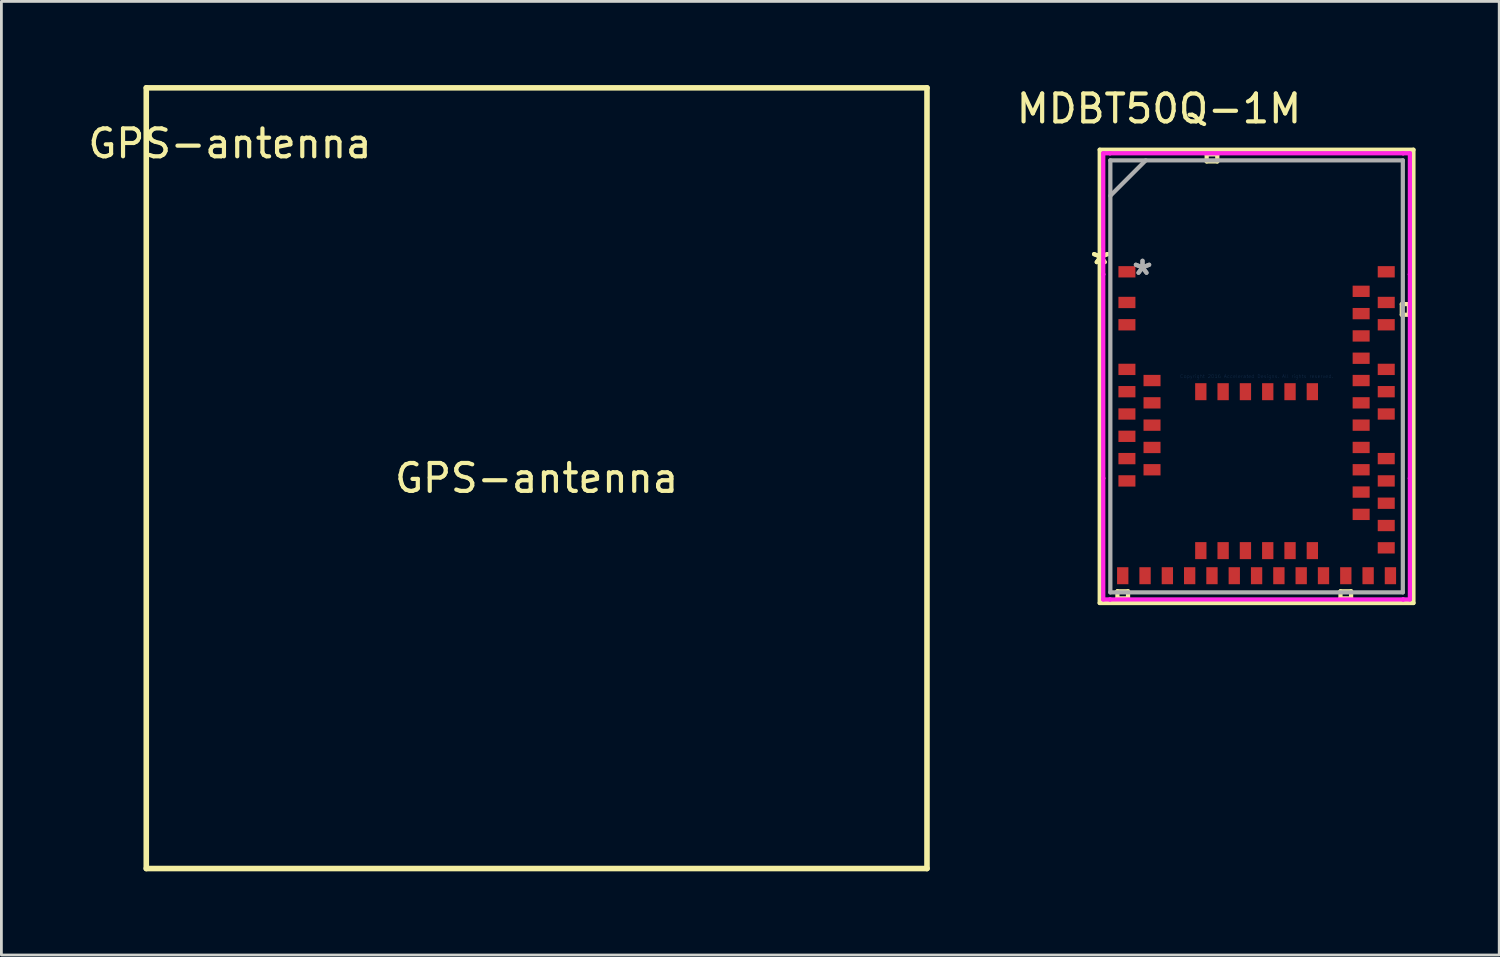
<source format=kicad_pcb>
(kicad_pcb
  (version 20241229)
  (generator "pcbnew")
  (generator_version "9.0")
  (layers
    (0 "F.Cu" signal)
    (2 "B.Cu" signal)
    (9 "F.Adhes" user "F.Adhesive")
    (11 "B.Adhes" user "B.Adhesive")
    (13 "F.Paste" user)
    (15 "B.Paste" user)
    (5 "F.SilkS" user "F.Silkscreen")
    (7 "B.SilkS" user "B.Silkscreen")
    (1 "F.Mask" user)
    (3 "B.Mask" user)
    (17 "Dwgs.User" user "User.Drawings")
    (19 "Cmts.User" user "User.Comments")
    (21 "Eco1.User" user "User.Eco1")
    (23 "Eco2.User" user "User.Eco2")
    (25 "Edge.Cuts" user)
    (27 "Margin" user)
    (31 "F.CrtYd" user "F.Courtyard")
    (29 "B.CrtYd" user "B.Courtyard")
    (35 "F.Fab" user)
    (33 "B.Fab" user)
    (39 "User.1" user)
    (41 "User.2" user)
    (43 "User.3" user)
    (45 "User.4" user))
  (footprint "GPS-antenna"
    (layer "F.Cu")
    (at 16.196 15.1)
    (property "Reference" "GPS-antenna" (at -11 -13 0) (layer "F.SilkS") (effects (font (size 1 1) (thickness 0.15))))
    (attr through_hole)
    (fp_line (start -14 -15) (end 14 -15) (stroke (width 0.2) (type solid)) (layer "F.SilkS"))
    (fp_line (start -14 13) (end -14 -15) (stroke (width 0.2) (type solid)) (layer "F.SilkS"))
    (fp_line (start 14 -15) (end 14 13) (stroke (width 0.2) (type solid)) (layer "F.SilkS"))
    (fp_line (start 14 13) (end -14 13) (stroke (width 0.2) (type solid)) (layer "F.SilkS"))
    (fp_text user "GPS-antenna" (at 0 -1 0) (layer "F.SilkS") (effects (font (size 1 1) (thickness 0.15)))))
  (footprint "MDBT50Q-1M"
    (layer "F.Cu")
    (at 42.017 10.448)
    (property "Reference" "MDBT50Q-1M" (at -3.5 -9.6 0) (layer "F.SilkS") (effects (font (size 1 1) (thickness 0.15))))
    (attr through_hole)
    (fp_line (start -5.626 -8.128) (end -5.626 8.128) (stroke (width 0.152) (type solid)) (layer "F.SilkS"))
    (fp_line (start -5.626 8.128) (end 5.626 8.128) (stroke (width 0.152) (type solid)) (layer "F.SilkS"))
    (fp_line (start -4.991 7.709) (end -4.991 7.963) (stroke (width 0.152) (type solid)) (layer "F.SilkS"))
    (fp_line (start -4.991 7.963) (end -4.61 7.963) (stroke (width 0.152) (type solid)) (layer "F.SilkS"))
    (fp_line (start -4.61 7.709) (end -4.991 7.709) (stroke (width 0.152) (type solid)) (layer "F.SilkS"))
    (fp_line (start -4.61 7.963) (end -4.61 7.709) (stroke (width 0.152) (type solid)) (layer "F.SilkS"))
    (fp_line (start -1.79 -7.963) (end -1.409 -7.963) (stroke (width 0.152) (type solid)) (layer "F.SilkS"))
    (fp_line (start -1.79 -7.709) (end -1.79 -7.963) (stroke (width 0.152) (type solid)) (layer "F.SilkS"))
    (fp_line (start -1.409 -7.963) (end -1.409 -7.709) (stroke (width 0.152) (type solid)) (layer "F.SilkS"))
    (fp_line (start -1.409 -7.709) (end -1.79 -7.709) (stroke (width 0.152) (type solid)) (layer "F.SilkS"))
    (fp_line (start 3.009 7.709) (end 3.009 7.963) (stroke (width 0.152) (type solid)) (layer "F.SilkS"))
    (fp_line (start 3.009 7.963) (end 3.39 7.963) (stroke (width 0.152) (type solid)) (layer "F.SilkS"))
    (fp_line (start 3.39 7.709) (end 3.009 7.709) (stroke (width 0.152) (type solid)) (layer "F.SilkS"))
    (fp_line (start 3.39 7.963) (end 3.39 7.709) (stroke (width 0.152) (type solid)) (layer "F.SilkS"))
    (fp_line (start 5.209 -2.591) (end 5.463 -2.591) (stroke (width 0.152) (type solid)) (layer "F.SilkS"))
    (fp_line (start 5.209 -2.209) (end 5.209 -2.591) (stroke (width 0.152) (type solid)) (layer "F.SilkS"))
    (fp_line (start 5.463 -2.591) (end 5.463 -2.209) (stroke (width 0.152) (type solid)) (layer "F.SilkS"))
    (fp_line (start 5.463 -2.209) (end 5.209 -2.209) (stroke (width 0.152) (type solid)) (layer "F.SilkS"))
    (fp_line (start 5.626 -8.128) (end -5.626 -8.128) (stroke (width 0.152) (type solid)) (layer "F.SilkS"))
    (fp_line (start 5.626 8.128) (end 5.626 -8.128) (stroke (width 0.152) (type solid)) (layer "F.SilkS"))
    (fp_line (start -5.245 -7.747) (end -5.245 -3.947) (stroke (width 0.12) (type solid)) (layer "Eco1.User"))
    (fp_line (start -5.245 -3.947) (end -2.345 -3.947) (stroke (width 0.12) (type solid)) (layer "Eco1.User"))
    (fp_line (start -2.345 -3.947) (end -2.345 -2.747) (stroke (width 0.12) (type solid)) (layer "Eco1.User"))
    (fp_line (start -2.345 -2.747) (end -0.745 -2.747) (stroke (width 0.12) (type solid)) (layer "Eco1.User"))
    (fp_line (start -0.745 -3.947) (end 5.255 -3.947) (stroke (width 0.12) (type solid)) (layer "Eco1.User"))
    (fp_line (start -0.745 -2.747) (end -0.745 -3.947) (stroke (width 0.12) (type solid)) (layer "Eco1.User"))
    (fp_line (start 5.255 -7.747) (end -5.245 -7.747) (stroke (width 0.12) (type solid)) (layer "Eco1.User"))
    (fp_line (start 5.255 -3.947) (end 5.255 -7.747) (stroke (width 0.12) (type solid)) (layer "Eco1.User"))
    (fp_line (start -5.499 -8.001) (end -5.257 -8.001) (stroke (width 0.152) (type solid)) (layer "F.CrtYd"))
    (fp_line (start -5.499 -3.657) (end -5.499 -8.001) (stroke (width 0.152) (type solid)) (layer "F.CrtYd"))
    (fp_line (start -5.499 -3.657) (end -5.499 -3.657) (stroke (width 0.152) (type solid)) (layer "F.CrtYd"))
    (fp_line (start -5.499 3.657) (end -5.499 -3.657) (stroke (width 0.152) (type solid)) (layer "F.CrtYd"))
    (fp_line (start -5.499 3.657) (end -5.499 3.657) (stroke (width 0.152) (type solid)) (layer "F.CrtYd"))
    (fp_line (start -5.499 8.001) (end -5.499 3.657) (stroke (width 0.152) (type solid)) (layer "F.CrtYd"))
    (fp_line (start -5.257 -8.001) (end -5.257 -8.001) (stroke (width 0.152) (type solid)) (layer "F.CrtYd"))
    (fp_line (start -5.257 -8.001) (end 5.257 -8.001) (stroke (width 0.152) (type solid)) (layer "F.CrtYd"))
    (fp_line (start -5.257 8.001) (end -5.499 8.001) (stroke (width 0.152) (type solid)) (layer "F.CrtYd"))
    (fp_line (start -5.257 8.001) (end -5.257 8.001) (stroke (width 0.152) (type solid)) (layer "F.CrtYd"))
    (fp_line (start 5.257 -8.001) (end 5.257 -8.001) (stroke (width 0.152) (type solid)) (layer "F.CrtYd"))
    (fp_line (start 5.257 -8.001) (end 5.499 -8.001) (stroke (width 0.152) (type solid)) (layer "F.CrtYd"))
    (fp_line (start 5.257 8.001) (end -5.257 8.001) (stroke (width 0.152) (type solid)) (layer "F.CrtYd"))
    (fp_line (start 5.257 8.001) (end 5.257 8.001) (stroke (width 0.152) (type solid)) (layer "F.CrtYd"))
    (fp_line (start 5.499 -8.001) (end 5.499 -3.657) (stroke (width 0.152) (type solid)) (layer "F.CrtYd"))
    (fp_line (start 5.499 -3.657) (end 5.499 -3.657) (stroke (width 0.152) (type solid)) (layer "F.CrtYd"))
    (fp_line (start 5.499 -3.657) (end 5.499 3.657) (stroke (width 0.152) (type solid)) (layer "F.CrtYd"))
    (fp_line (start 5.499 3.657) (end 5.499 3.657) (stroke (width 0.152) (type solid)) (layer "F.CrtYd"))
    (fp_line (start 5.499 3.657) (end 5.499 8.001) (stroke (width 0.152) (type solid)) (layer "F.CrtYd"))
    (fp_line (start 5.499 8.001) (end 5.257 8.001) (stroke (width 0.152) (type solid)) (layer "F.CrtYd"))
    (fp_line (start -5.245 -7.747) (end -5.245 7.747) (stroke (width 0.152) (type solid)) (layer "F.Fab"))
    (fp_line (start -5.245 -6.477) (end -3.975 -7.747) (stroke (width 0.152) (type solid)) (layer "F.Fab"))
    (fp_line (start -5.245 7.747) (end 5.245 7.747) (stroke (width 0.152) (type solid)) (layer "F.Fab"))
    (fp_line (start 5.245 -7.747) (end -5.245 -7.747) (stroke (width 0.152) (type solid)) (layer "F.Fab"))
    (fp_line (start 5.245 7.747) (end 5.245 -7.747) (stroke (width 0.152) (type solid)) (layer "F.Fab"))
    (fp_text user "*" (at -5.59 -3.981 0) (layer "F.SilkS") (effects (font (size 1 1) (thickness 0.15))))
    (fp_text user "*" (at -5.59 -3.981 0) (layer "F.SilkS") (effects (font (size 1 1) (thickness 0.15))))
    (fp_text user "Copyright 2016 Accelerated Designs. All rights reserved." (at 0 0 0) (layer "Cmts.User") (effects (font (size 0.127 0.127) (thickness 0.002))))
    (fp_text user "NO GND" (at 0.155 -5.647 0) (layer "Eco1.User") (effects (font (size 1 1) (thickness 0.15))))
    (fp_text user "*" (at -4.091 -3.6 0) (layer "F.Fab") (effects (font (size 1 1) (thickness 0.15))))
    (fp_text user "*" (at -4.091 -3.6 0) (layer "F.Fab") (effects (font (size 1 1) (thickness 0.15))))
    (pad "1" smd rect (at -4.65 -3.75 90) (size 0.406 0.61) (layers "F.Cu" "F.Mask" "F.Paste"))
    (pad "2" smd rect (at -4.65 -2.65 90) (size 0.406 0.61) (layers "F.Cu" "F.Mask" "F.Paste"))
    (pad "3" smd rect (at -4.65 -1.85 90) (size 0.406 0.61) (layers "F.Cu" "F.Mask" "F.Paste"))
    (pad "4" smd rect (at -4.65 -0.25 90) (size 0.406 0.61) (layers "F.Cu" "F.Mask" "F.Paste"))
    (pad "5" smd rect (at -3.75 0.15 90) (size 0.406 0.61) (layers "F.Cu" "F.Mask" "F.Paste"))
    (pad "6" smd rect (at -4.65 0.55 90) (size 0.406 0.61) (layers "F.Cu" "F.Mask" "F.Paste"))
    (pad "7" smd rect (at -3.75 0.95 90) (size 0.406 0.61) (layers "F.Cu" "F.Mask" "F.Paste"))
    (pad "8" smd rect (at -4.65 1.35 90) (size 0.406 0.61) (layers "F.Cu" "F.Mask" "F.Paste"))
    (pad "9" smd rect (at -3.75 1.75 90) (size 0.406 0.61) (layers "F.Cu" "F.Mask" "F.Paste"))
    (pad "10" smd rect (at -4.65 2.15 90) (size 0.406 0.61) (layers "F.Cu" "F.Mask" "F.Paste"))
    (pad "11" smd rect (at -3.75 2.55 90) (size 0.406 0.61) (layers "F.Cu" "F.Mask" "F.Paste"))
    (pad "12" smd rect (at -4.65 2.95 90) (size 0.406 0.61) (layers "F.Cu" "F.Mask" "F.Paste"))
    (pad "13" smd rect (at -3.75 3.35 90) (size 0.406 0.61) (layers "F.Cu" "F.Mask" "F.Paste"))
    (pad "14" smd rect (at -4.65 3.75 90) (size 0.406 0.61) (layers "F.Cu" "F.Mask" "F.Paste"))
    (pad "15" smd rect (at -4.8 7.15) (size 0.406 0.61) (layers "F.Cu" "F.Mask" "F.Paste"))
    (pad "16" smd rect (at -4 7.15) (size 0.406 0.61) (layers "F.Cu" "F.Mask" "F.Paste"))
    (pad "17" smd rect (at -3.2 7.15) (size 0.406 0.61) (layers "F.Cu" "F.Mask" "F.Paste"))
    (pad "18" smd rect (at -2.4 7.15) (size 0.406 0.61) (layers "F.Cu" "F.Mask" "F.Paste"))
    (pad "19" smd rect (at -2 6.25) (size 0.406 0.61) (layers "F.Cu" "F.Mask" "F.Paste"))
    (pad "20" smd rect (at -1.6 7.15) (size 0.406 0.61) (layers "F.Cu" "F.Mask" "F.Paste"))
    (pad "21" smd rect (at -1.2 6.25) (size 0.406 0.61) (layers "F.Cu" "F.Mask" "F.Paste"))
    (pad "22" smd rect (at -0.8 7.15) (size 0.406 0.61) (layers "F.Cu" "F.Mask" "F.Paste"))
    (pad "23" smd rect (at -0.4 6.25) (size 0.406 0.61) (layers "F.Cu" "F.Mask" "F.Paste"))
    (pad "24" smd rect (at 0 7.15) (size 0.406 0.61) (layers "F.Cu" "F.Mask" "F.Paste"))
    (pad "25" smd rect (at 0.4 6.25) (size 0.406 0.61) (layers "F.Cu" "F.Mask" "F.Paste"))
    (pad "26" smd rect (at 0.8 7.15) (size 0.406 0.61) (layers "F.Cu" "F.Mask" "F.Paste"))
    (pad "27" smd rect (at 1.2 6.25) (size 0.406 0.61) (layers "F.Cu" "F.Mask" "F.Paste"))
    (pad "28" smd rect (at 1.6 7.15) (size 0.406 0.61) (layers "F.Cu" "F.Mask" "F.Paste"))
    (pad "29" smd rect (at 2 6.25) (size 0.406 0.61) (layers "F.Cu" "F.Mask" "F.Paste"))
    (pad "30" smd rect (at 2.4 7.15) (size 0.406 0.61) (layers "F.Cu" "F.Mask" "F.Paste"))
    (pad "31" smd rect (at 3.2 7.15) (size 0.406 0.61) (layers "F.Cu" "F.Mask" "F.Paste"))
    (pad "32" smd rect (at 4 7.15) (size 0.406 0.61) (layers "F.Cu" "F.Mask" "F.Paste"))
    (pad "33" smd rect (at 4.8 7.15) (size 0.406 0.61) (layers "F.Cu" "F.Mask" "F.Paste"))
    (pad "34" smd rect (at 4.65 6.15 90) (size 0.406 0.61) (layers "F.Cu" "F.Mask" "F.Paste"))
    (pad "35" smd rect (at 4.65 5.35 90) (size 0.406 0.61) (layers "F.Cu" "F.Mask" "F.Paste"))
    (pad "36" smd rect (at 3.75 4.95 90) (size 0.406 0.61) (layers "F.Cu" "F.Mask" "F.Paste"))
    (pad "37" smd rect (at 4.65 4.55 90) (size 0.406 0.61) (layers "F.Cu" "F.Mask" "F.Paste"))
    (pad "38" smd rect (at 3.75 4.15 90) (size 0.406 0.61) (layers "F.Cu" "F.Mask" "F.Paste"))
    (pad "39" smd rect (at 4.65 3.75 90) (size 0.406 0.61) (layers "F.Cu" "F.Mask" "F.Paste"))
    (pad "40" smd rect (at 3.75 3.35 90) (size 0.406 0.61) (layers "F.Cu" "F.Mask" "F.Paste"))
    (pad "41" smd rect (at 4.65 2.95 90) (size 0.406 0.61) (layers "F.Cu" "F.Mask" "F.Paste"))
    (pad "42" smd rect (at 3.75 2.55 90) (size 0.406 0.61) (layers "F.Cu" "F.Mask" "F.Paste"))
    (pad "43" smd rect (at 3.75 1.75 90) (size 0.406 0.61) (layers "F.Cu" "F.Mask" "F.Paste"))
    (pad "44" smd rect (at 4.65 1.35 90) (size 0.406 0.61) (layers "F.Cu" "F.Mask" "F.Paste"))
    (pad "45" smd rect (at 3.75 0.95 90) (size 0.406 0.61) (layers "F.Cu" "F.Mask" "F.Paste"))
    (pad "46" smd rect (at 4.65 0.55 90) (size 0.406 0.61) (layers "F.Cu" "F.Mask" "F.Paste"))
    (pad "47" smd rect (at 3.75 0.15 90) (size 0.406 0.61) (layers "F.Cu" "F.Mask" "F.Paste"))
    (pad "48" smd rect (at 4.65 -0.25 90) (size 0.406 0.61) (layers "F.Cu" "F.Mask" "F.Paste"))
    (pad "49" smd rect (at 3.75 -0.65 90) (size 0.406 0.61) (layers "F.Cu" "F.Mask" "F.Paste"))
    (pad "50" smd rect (at 3.75 -1.45 90) (size 0.406 0.61) (layers "F.Cu" "F.Mask" "F.Paste"))
    (pad "51" smd rect (at 4.65 -1.85 90) (size 0.406 0.61) (layers "F.Cu" "F.Mask" "F.Paste"))
    (pad "52" smd rect (at 3.75 -2.25 90) (size 0.406 0.61) (layers "F.Cu" "F.Mask" "F.Paste"))
    (pad "53" smd rect (at 4.65 -2.65 90) (size 0.406 0.61) (layers "F.Cu" "F.Mask" "F.Paste"))
    (pad "54" smd rect (at 3.75 -3.05 90) (size 0.406 0.61) (layers "F.Cu" "F.Mask" "F.Paste"))
    (pad "55" smd rect (at 4.65 -3.75 90) (size 0.406 0.61) (layers "F.Cu" "F.Mask" "F.Paste"))
    (pad "56" smd rect (at -2 0.55) (size 0.406 0.61) (layers "F.Cu" "F.Mask" "F.Paste"))
    (pad "57" smd rect (at -1.2 0.55) (size 0.406 0.61) (layers "F.Cu" "F.Mask" "F.Paste"))
    (pad "58" smd rect (at -0.4 0.55) (size 0.406 0.61) (layers "F.Cu" "F.Mask" "F.Paste"))
    (pad "59" smd rect (at 0.4 0.55) (size 0.406 0.61) (layers "F.Cu" "F.Mask" "F.Paste"))
    (pad "60" smd rect (at 1.2 0.55) (size 0.406 0.61) (layers "F.Cu" "F.Mask" "F.Paste"))
    (pad "61" smd rect (at 2 0.55) (size 0.406 0.61) (layers "F.Cu" "F.Mask" "F.Paste")))
  (gr_rect
    (start -3 -3)
    (end 50.719 31.2)
    (stroke (width 0.1) (type default))
    (fill no)
    (layer "Edge.Cuts")))
</source>
